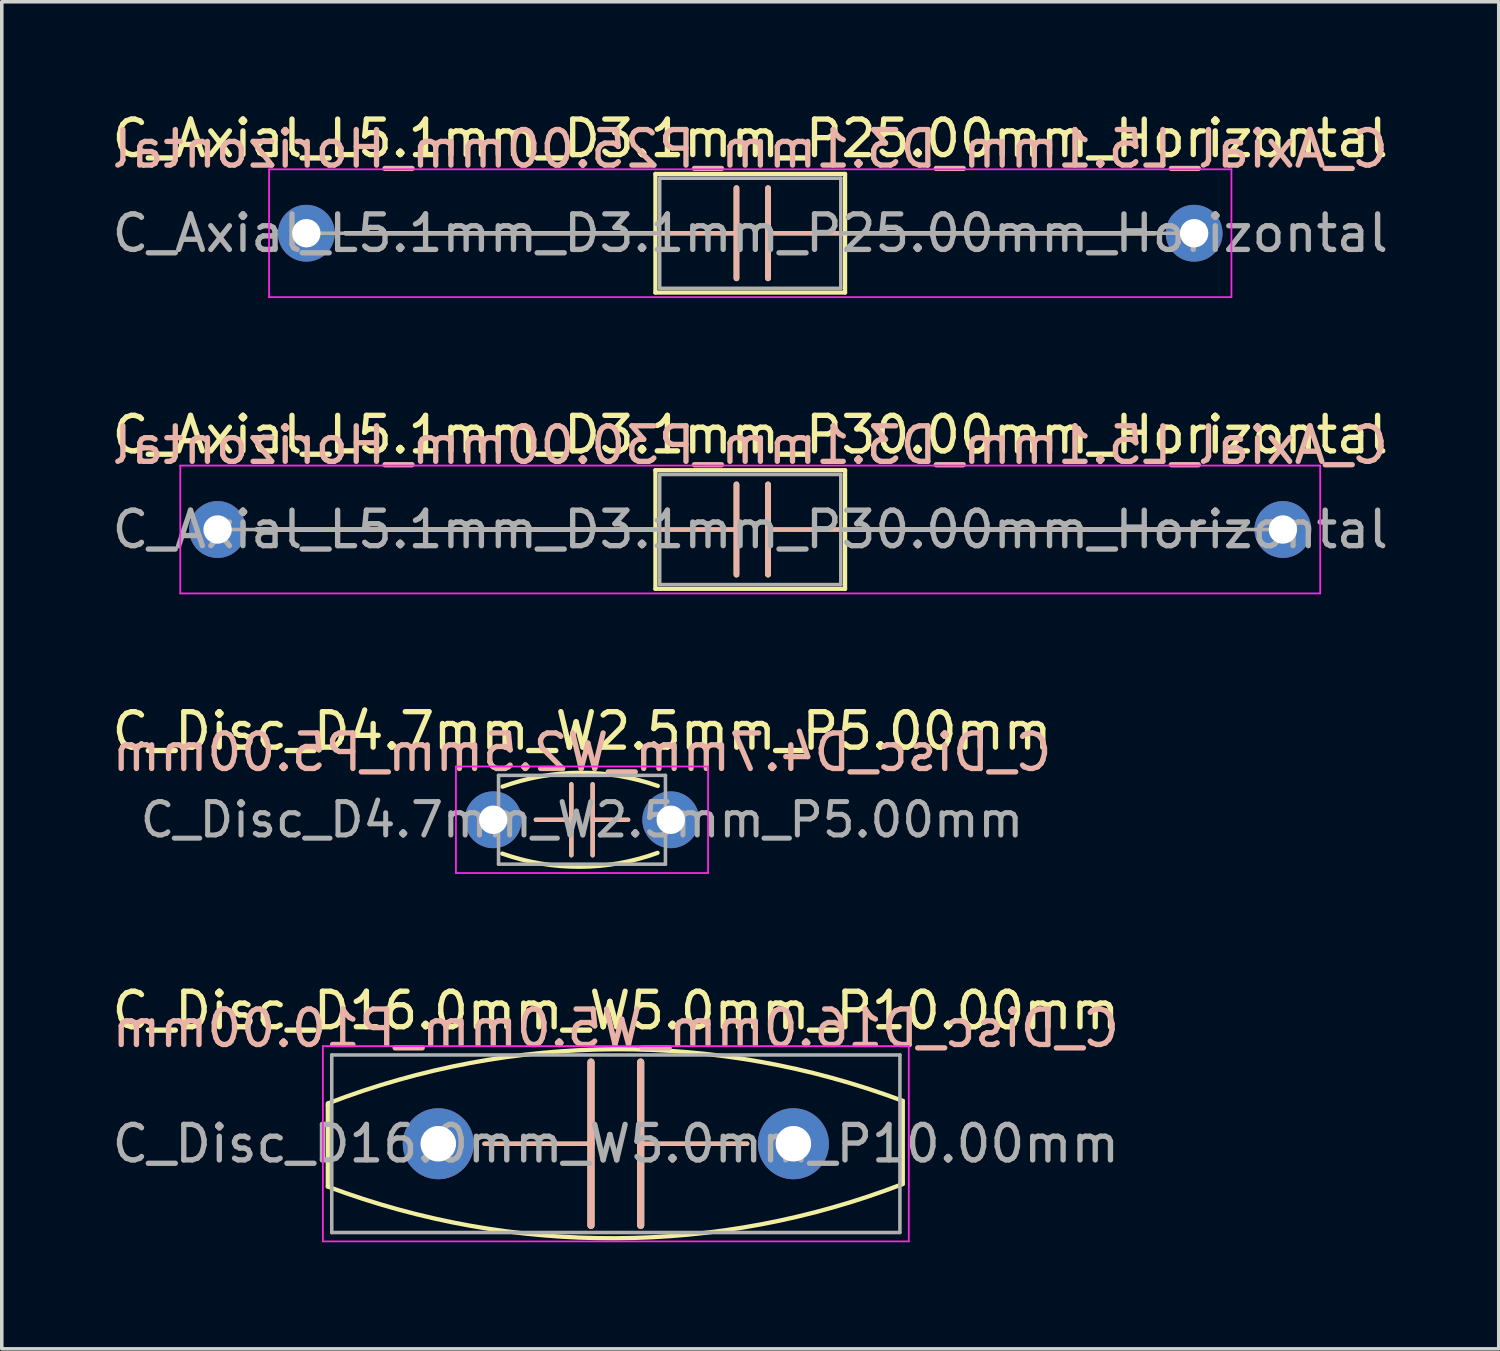
<source format=kicad_pcb>
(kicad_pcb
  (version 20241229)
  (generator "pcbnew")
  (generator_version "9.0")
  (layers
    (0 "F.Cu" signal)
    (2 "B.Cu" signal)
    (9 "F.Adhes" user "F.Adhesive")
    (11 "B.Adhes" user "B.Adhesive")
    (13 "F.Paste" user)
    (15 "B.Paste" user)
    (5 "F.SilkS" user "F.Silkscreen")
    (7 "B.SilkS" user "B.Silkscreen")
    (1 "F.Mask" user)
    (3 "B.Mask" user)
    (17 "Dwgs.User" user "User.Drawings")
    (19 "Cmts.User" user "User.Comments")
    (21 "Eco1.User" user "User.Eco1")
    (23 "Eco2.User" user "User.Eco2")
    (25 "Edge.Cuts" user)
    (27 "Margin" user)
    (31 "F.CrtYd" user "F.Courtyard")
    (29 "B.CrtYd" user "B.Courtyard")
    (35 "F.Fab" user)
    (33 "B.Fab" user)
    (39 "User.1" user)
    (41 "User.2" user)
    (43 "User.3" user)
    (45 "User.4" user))
  (footprint "C_Axial_L5.1mm_D3.1mm_P25.00mm_Horizontal"
    (layer "F.Cu")
    (at 5.577 3.518)
    (property "Reference" "C_Axial_L5.1mm_D3.1mm_P25.00mm_Horizontal" (at 12.5 -2.67 0) (layer "F.SilkS") (effects (font (size 1 1) (thickness 0.15))))
    (fp_line (start 1.1 0) (end 9.83 0) (stroke (width 0.12) (type solid)) (layer "F.SilkS"))
    (fp_line (start 9.83 -1.67) (end 9.83 1.67) (stroke (width 0.12) (type solid)) (layer "F.SilkS"))
    (fp_line (start 9.83 0) (end 12.112 0) (stroke (width 0.12) (type solid)) (layer "F.SilkS"))
    (fp_line (start 9.83 1.67) (end 15.17 1.67) (stroke (width 0.12) (type solid)) (layer "F.SilkS"))
    (fp_line (start 12.112 0) (end 12.112 -1.27) (stroke (width 0.16) (type solid)) (layer "F.SilkS"))
    (fp_line (start 12.112 0) (end 12.112 1.27) (stroke (width 0.16) (type solid)) (layer "F.SilkS"))
    (fp_line (start 13.001 0) (end 13.001 -1.27) (stroke (width 0.16) (type solid)) (layer "F.SilkS"))
    (fp_line (start 13.001 0) (end 13.001 1.27) (stroke (width 0.16) (type solid)) (layer "F.SilkS"))
    (fp_line (start 15.17 -1.67) (end 9.83 -1.67) (stroke (width 0.12) (type solid)) (layer "F.SilkS"))
    (fp_line (start 15.17 0) (end 13.001 0) (stroke (width 0.12) (type solid)) (layer "F.SilkS"))
    (fp_line (start 15.17 1.67) (end 15.17 -1.67) (stroke (width 0.12) (type solid)) (layer "F.SilkS"))
    (fp_line (start 23.9 0) (end 15.17 0) (stroke (width 0.12) (type solid)) (layer "F.SilkS"))
    (fp_line (start 1.1 0) (end 9.83 0) (stroke (width 0.12) (type solid)) (layer "B.SilkS"))
    (fp_line (start 9.83 0) (end 12.112 0) (stroke (width 0.12) (type solid)) (layer "B.SilkS"))
    (fp_line (start 12.112 0) (end 12.112 -1.27) (stroke (width 0.16) (type solid)) (layer "B.SilkS"))
    (fp_line (start 12.112 0) (end 12.112 1.27) (stroke (width 0.16) (type solid)) (layer "B.SilkS"))
    (fp_line (start 13.001 0) (end 13.001 -1.27) (stroke (width 0.16) (type solid)) (layer "B.SilkS"))
    (fp_line (start 13.001 0) (end 13.001 1.27) (stroke (width 0.16) (type solid)) (layer "B.SilkS"))
    (fp_line (start 15.17 0) (end 13.001 0) (stroke (width 0.12) (type solid)) (layer "B.SilkS"))
    (fp_line (start 23.9 0) (end 15.17 0) (stroke (width 0.12) (type solid)) (layer "B.SilkS"))
    (fp_line (start -1.05 -1.8) (end -1.05 1.8) (stroke (width 0.05) (type solid)) (layer "F.CrtYd"))
    (fp_line (start -1.05 1.8) (end 26.05 1.8) (stroke (width 0.05) (type solid)) (layer "F.CrtYd"))
    (fp_line (start 26.05 -1.8) (end -1.05 -1.8) (stroke (width 0.05) (type solid)) (layer "F.CrtYd"))
    (fp_line (start 26.05 1.8) (end 26.05 -1.8) (stroke (width 0.05) (type solid)) (layer "F.CrtYd"))
    (fp_line (start 0 0) (end 9.95 0) (stroke (width 0.1) (type solid)) (layer "F.Fab"))
    (fp_line (start 9.95 -1.55) (end 9.95 1.55) (stroke (width 0.1) (type solid)) (layer "F.Fab"))
    (fp_line (start 9.95 1.55) (end 15.05 1.55) (stroke (width 0.1) (type solid)) (layer "F.Fab"))
    (fp_line (start 15.05 -1.55) (end 9.95 -1.55) (stroke (width 0.1) (type solid)) (layer "F.Fab"))
    (fp_line (start 15.05 1.55) (end 15.05 -1.55) (stroke (width 0.1) (type solid)) (layer "F.Fab"))
    (fp_line (start 25 0) (end 15.05 0) (stroke (width 0.1) (type solid)) (layer "F.Fab"))
    (fp_text user "${REFERENCE}" (at 12.5 -2.375 0) (layer "B.SilkS") (effects (font (size 1 1) (thickness 0.15)) (justify mirror)))
    (fp_text user "${REFERENCE}" (at 12.5 0 0) (layer "F.Fab") (effects (font (size 1 1) (thickness 0.15))))
    (pad "1" thru_hole circle (at 0 0) (size 1.6 1.6) (drill 0.8) (layers "*.Cu" "*.Mask"))
    (pad "2" thru_hole oval (at 25 0) (size 1.6 1.6) (drill 0.8) (layers "*.Cu" "*.Mask")))
  (footprint "C_Axial_L5.1mm_D3.1mm_P30.00mm_Horizontal"
    (layer "F.Cu")
    (at 3.077 11.861)
    (property "Reference" "C_Axial_L5.1mm_D3.1mm_P30.00mm_Horizontal" (at 15 -2.67 0) (layer "F.SilkS") (effects (font (size 1 1) (thickness 0.15))))
    (fp_line (start 1.1 0) (end 12.33 0) (stroke (width 0.12) (type solid)) (layer "F.SilkS"))
    (fp_line (start 12.33 -1.67) (end 12.33 1.67) (stroke (width 0.12) (type solid)) (layer "F.SilkS"))
    (fp_line (start 12.33 0) (end 14.612 0) (stroke (width 0.12) (type solid)) (layer "F.SilkS"))
    (fp_line (start 12.33 1.67) (end 17.67 1.67) (stroke (width 0.12) (type solid)) (layer "F.SilkS"))
    (fp_line (start 14.612 0) (end 14.612 -1.27) (stroke (width 0.16) (type solid)) (layer "F.SilkS"))
    (fp_line (start 14.612 0) (end 14.612 1.27) (stroke (width 0.16) (type solid)) (layer "F.SilkS"))
    (fp_line (start 15.501 0) (end 15.501 -1.27) (stroke (width 0.16) (type solid)) (layer "F.SilkS"))
    (fp_line (start 15.501 0) (end 15.501 1.27) (stroke (width 0.16) (type solid)) (layer "F.SilkS"))
    (fp_line (start 17.67 -1.67) (end 12.33 -1.67) (stroke (width 0.12) (type solid)) (layer "F.SilkS"))
    (fp_line (start 17.67 0) (end 15.501 0) (stroke (width 0.12) (type solid)) (layer "F.SilkS"))
    (fp_line (start 17.67 1.67) (end 17.67 -1.67) (stroke (width 0.12) (type solid)) (layer "F.SilkS"))
    (fp_line (start 28.9 0) (end 17.67 0) (stroke (width 0.12) (type solid)) (layer "F.SilkS"))
    (fp_line (start 1.1 0) (end 12.33 0) (stroke (width 0.12) (type solid)) (layer "B.SilkS"))
    (fp_line (start 12.33 0) (end 14.612 0) (stroke (width 0.12) (type solid)) (layer "B.SilkS"))
    (fp_line (start 14.612 0) (end 14.612 -1.27) (stroke (width 0.16) (type solid)) (layer "B.SilkS"))
    (fp_line (start 14.612 0) (end 14.612 1.27) (stroke (width 0.16) (type solid)) (layer "B.SilkS"))
    (fp_line (start 15.501 0) (end 15.501 -1.27) (stroke (width 0.16) (type solid)) (layer "B.SilkS"))
    (fp_line (start 15.501 0) (end 15.501 1.27) (stroke (width 0.16) (type solid)) (layer "B.SilkS"))
    (fp_line (start 17.67 0) (end 15.501 0) (stroke (width 0.12) (type solid)) (layer "B.SilkS"))
    (fp_line (start 28.9 0) (end 17.67 0) (stroke (width 0.12) (type solid)) (layer "B.SilkS"))
    (fp_line (start -1.05 -1.8) (end -1.05 1.8) (stroke (width 0.05) (type solid)) (layer "F.CrtYd"))
    (fp_line (start -1.05 1.8) (end 31.05 1.8) (stroke (width 0.05) (type solid)) (layer "F.CrtYd"))
    (fp_line (start 31.05 -1.8) (end -1.05 -1.8) (stroke (width 0.05) (type solid)) (layer "F.CrtYd"))
    (fp_line (start 31.05 1.8) (end 31.05 -1.8) (stroke (width 0.05) (type solid)) (layer "F.CrtYd"))
    (fp_line (start 0 0) (end 12.45 0) (stroke (width 0.1) (type solid)) (layer "F.Fab"))
    (fp_line (start 12.45 -1.55) (end 12.45 1.55) (stroke (width 0.1) (type solid)) (layer "F.Fab"))
    (fp_line (start 12.45 1.55) (end 17.55 1.55) (stroke (width 0.1) (type solid)) (layer "F.Fab"))
    (fp_line (start 17.55 -1.55) (end 12.45 -1.55) (stroke (width 0.1) (type solid)) (layer "F.Fab"))
    (fp_line (start 17.55 1.55) (end 17.55 -1.55) (stroke (width 0.1) (type solid)) (layer "F.Fab"))
    (fp_line (start 30 0) (end 17.55 0) (stroke (width 0.1) (type solid)) (layer "F.Fab"))
    (fp_text user "${REFERENCE}" (at 15 -2.375 0) (layer "B.SilkS") (effects (font (size 1 1) (thickness 0.15)) (justify mirror)))
    (fp_text user "${REFERENCE}" (at 15 0 0) (layer "F.Fab") (effects (font (size 1 1) (thickness 0.15))))
    (pad "1" thru_hole circle (at 0 0) (size 1.6 1.6) (drill 0.8) (layers "*.Cu" "*.Mask"))
    (pad "2" thru_hole oval (at 30 0) (size 1.6 1.6) (drill 0.8) (layers "*.Cu" "*.Mask")))
  (footprint "C_Disc_D4.7mm_W2.5mm_P5.00mm"
    (layer "F.Cu")
    (at 10.839 20.035)
    (property "Reference" "C_Disc_D4.7mm_W2.5mm_P5.00mm" (at 2.5 -2.5 0) (layer "F.SilkS") (effects (font (size 1 1) (thickness 0.15))))
    (fp_line (start 1.2 0) (end 2.2 0) (stroke (width 0.12) (type solid)) (layer "F.SilkS"))
    (fp_line (start 2.2 0) (end 2.2 -1) (stroke (width 0.12) (type solid)) (layer "F.SilkS"))
    (fp_line (start 2.2 0) (end 2.2 1) (stroke (width 0.12) (type solid)) (layer "F.SilkS"))
    (fp_line (start 2.8 -1) (end 2.8 1) (stroke (width 0.12) (type solid)) (layer "F.SilkS"))
    (fp_line (start 2.8 0) (end 3.8 0) (stroke (width 0.12) (type solid)) (layer "F.SilkS"))
    (fp_arc (start 0.261356 -0.932324) (mid 2.44667 -1.323463) (end 4.6355 -0.9525) (stroke (width 0.12) (type solid)) (layer "F.SilkS"))
    (fp_arc (start 4.628144 0.932323) (mid 2.44283 1.323462) (end 0.254 0.9525) (stroke (width 0.12) (type solid)) (layer "F.SilkS"))
    (fp_line (start 1.2 0) (end 2.2 0) (stroke (width 0.12) (type solid)) (layer "B.SilkS"))
    (fp_line (start 2.2 0) (end 2.2 -1) (stroke (width 0.12) (type solid)) (layer "B.SilkS"))
    (fp_line (start 2.2 0) (end 2.2 1) (stroke (width 0.12) (type solid)) (layer "B.SilkS"))
    (fp_line (start 2.8 0) (end 3.8 0) (stroke (width 0.12) (type solid)) (layer "B.SilkS"))
    (fp_line (start 2.8 1) (end 2.8 -1) (stroke (width 0.12) (type solid)) (layer "B.SilkS"))
    (fp_line (start -1.05 -1.5) (end -1.05 1.5) (stroke (width 0.05) (type solid)) (layer "F.CrtYd"))
    (fp_line (start -1.05 1.5) (end 6.05 1.5) (stroke (width 0.05) (type solid)) (layer "F.CrtYd"))
    (fp_line (start 6.05 -1.5) (end -1.05 -1.5) (stroke (width 0.05) (type solid)) (layer "F.CrtYd"))
    (fp_line (start 6.05 1.5) (end 6.05 -1.5) (stroke (width 0.05) (type solid)) (layer "F.CrtYd"))
    (fp_line (start 0.15 -1.25) (end 0.15 1.25) (stroke (width 0.1) (type solid)) (layer "F.Fab"))
    (fp_line (start 0.15 1.25) (end 4.85 1.25) (stroke (width 0.1) (type solid)) (layer "F.Fab"))
    (fp_line (start 4.85 -1.25) (end 0.15 -1.25) (stroke (width 0.1) (type solid)) (layer "F.Fab"))
    (fp_line (start 4.85 1.25) (end 4.85 -1.25) (stroke (width 0.1) (type solid)) (layer "F.Fab"))
    (fp_text user "${REFERENCE}" (at 2.5 -1.9 0) (layer "B.SilkS") (effects (font (size 1 1) (thickness 0.15)) (justify mirror)))
    (fp_text user "${REFERENCE}" (at 2.5 0 0) (layer "F.Fab") (effects (font (size 0.94 0.94) (thickness 0.141))))
    (pad "1" thru_hole circle (at 0 0) (size 1.6 1.6) (drill 0.8) (layers "*.Cu" "*.Mask"))
    (pad "2" thru_hole circle (at 5 0) (size 1.6 1.6) (drill 0.8) (layers "*.Cu" "*.Mask")))
  (footprint "C_Disc_D16.0mm_W5.0mm_P10.00mm"
    (layer "F.Cu")
    (at 9.292 29.158)
    (property "Reference" "C_Disc_D16.0mm_W5.0mm_P10.00mm" (at 5 -3.75 0) (layer "F.SilkS") (effects (font (size 1 1) (thickness 0.15))))
    (fp_line (start -3.111 -1.079) (end -3.108 -1.135) (stroke (width 0.12) (type solid)) (layer "F.SilkS"))
    (fp_line (start -3.111 1.206) (end -3.111 -1.079) (stroke (width 0.12) (type solid)) (layer "F.SilkS"))
    (fp_line (start 1.3 0) (end 4.3 0) (stroke (width 0.12) (type solid)) (layer "F.SilkS"))
    (fp_line (start 4.3 0) (end 4.3 -2.3) (stroke (width 0.2) (type solid)) (layer "F.SilkS"))
    (fp_line (start 4.3 0) (end 4.3 2.3) (stroke (width 0.2) (type solid)) (layer "F.SilkS"))
    (fp_line (start 5.7 0) (end 5.7 -2.3) (stroke (width 0.2) (type solid)) (layer "F.SilkS"))
    (fp_line (start 5.7 0) (end 5.7 2.3) (stroke (width 0.2) (type solid)) (layer "F.SilkS"))
    (fp_line (start 5.7 0) (end 8.7 0) (stroke (width 0.12) (type solid)) (layer "F.SilkS"))
    (fp_line (start 13.081 -1.206) (end 13.081 1.079) (stroke (width 0.12) (type solid)) (layer "F.SilkS"))
    (fp_line (start 13.081 1.079) (end 13.078 1.135) (stroke (width 0.12) (type solid)) (layer "F.SilkS"))
    (fp_arc (start -3.108432 -1.135057) (mid 4.979707 -2.661191) (end 13.081 -1.2065) (stroke (width 0.12) (type solid)) (layer "F.SilkS"))
    (fp_arc (start 13.077932 1.135057) (mid 4.989793 2.661191) (end -3.1115 1.2065) (stroke (width 0.12) (type solid)) (layer "F.SilkS"))
    (fp_line (start 1.3 0) (end 4.3 0) (stroke (width 0.12) (type solid)) (layer "B.SilkS"))
    (fp_line (start 4.3 0) (end 4.3 -2.3) (stroke (width 0.2) (type solid)) (layer "B.SilkS"))
    (fp_line (start 4.3 0) (end 4.3 2.3) (stroke (width 0.2) (type solid)) (layer "B.SilkS"))
    (fp_line (start 5.7 0) (end 5.7 -2.3) (stroke (width 0.2) (type solid)) (layer "B.SilkS"))
    (fp_line (start 5.7 0) (end 5.7 2.3) (stroke (width 0.2) (type solid)) (layer "B.SilkS"))
    (fp_line (start 5.7 0) (end 8.7 0) (stroke (width 0.12) (type solid)) (layer "B.SilkS"))
    (fp_line (start -3.25 -2.75) (end -3.25 2.75) (stroke (width 0.05) (type solid)) (layer "F.CrtYd"))
    (fp_line (start -3.25 2.75) (end 13.25 2.75) (stroke (width 0.05) (type solid)) (layer "F.CrtYd"))
    (fp_line (start 13.25 -2.75) (end -3.25 -2.75) (stroke (width 0.05) (type solid)) (layer "F.CrtYd"))
    (fp_line (start 13.25 2.75) (end 13.25 -2.75) (stroke (width 0.05) (type solid)) (layer "F.CrtYd"))
    (fp_line (start -3 -2.5) (end -3 2.5) (stroke (width 0.1) (type solid)) (layer "F.Fab"))
    (fp_line (start -3 2.5) (end 13 2.5) (stroke (width 0.1) (type solid)) (layer "F.Fab"))
    (fp_line (start 13 -2.5) (end -3 -2.5) (stroke (width 0.1) (type solid)) (layer "F.Fab"))
    (fp_line (start 13 2.5) (end 13 -2.5) (stroke (width 0.1) (type solid)) (layer "F.Fab"))
    (fp_text user "${REFERENCE}" (at 5 -3.25 0) (layer "B.SilkS") (effects (font (size 1 1) (thickness 0.15)) (justify mirror)))
    (fp_text user "${REFERENCE}" (at 5 0 0) (layer "F.Fab") (effects (font (size 1 1) (thickness 0.15))))
    (pad "1" thru_hole circle (at 0 0) (size 2 2) (drill 1) (layers "*.Cu" "*.Mask"))
    (pad "2" thru_hole circle (at 10 0) (size 2 2) (drill 1) (layers "*.Cu" "*.Mask")))
  (gr_rect
    (start -3 -3)
    (end 39.155 34.933)
    (stroke (width 0.1) (type default))
    (fill no)
    (layer "Edge.Cuts")))
</source>
